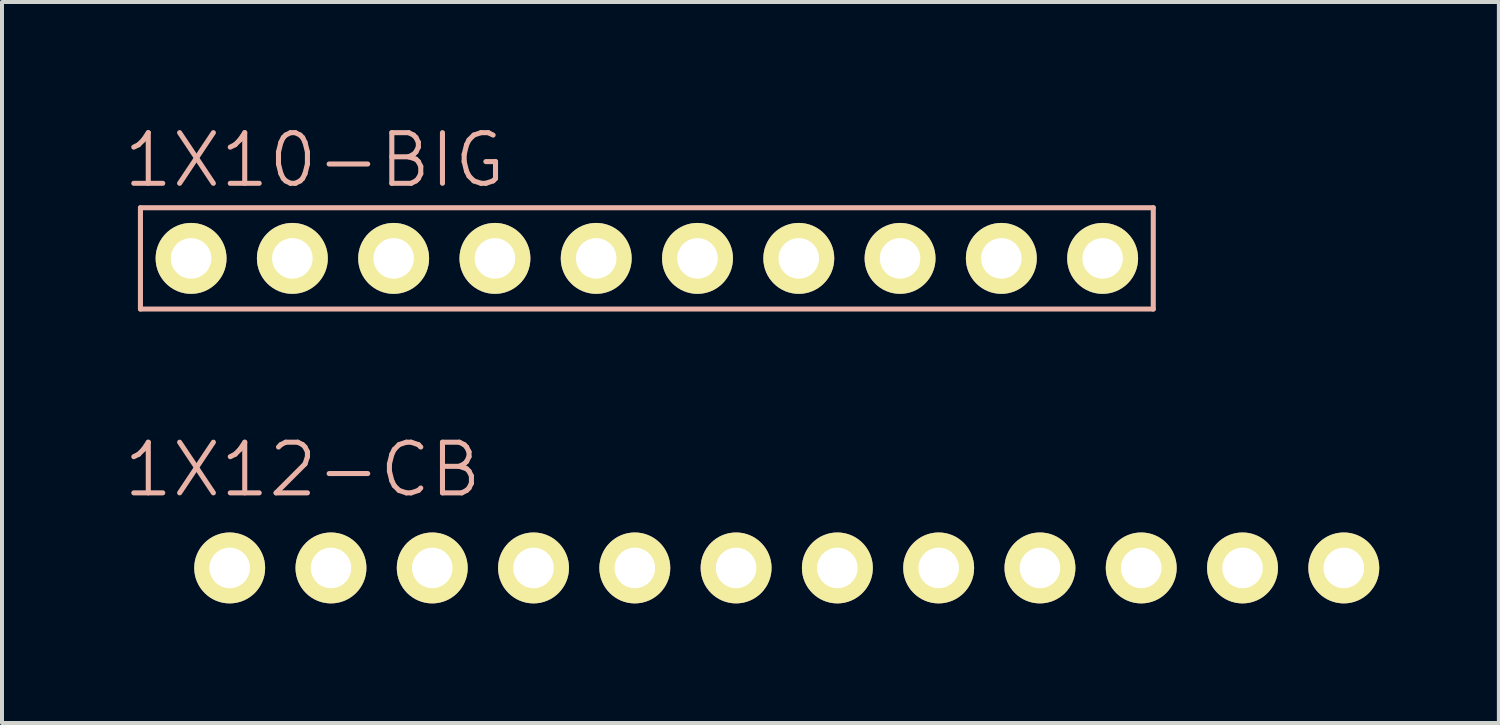
<source format=kicad_pcb>
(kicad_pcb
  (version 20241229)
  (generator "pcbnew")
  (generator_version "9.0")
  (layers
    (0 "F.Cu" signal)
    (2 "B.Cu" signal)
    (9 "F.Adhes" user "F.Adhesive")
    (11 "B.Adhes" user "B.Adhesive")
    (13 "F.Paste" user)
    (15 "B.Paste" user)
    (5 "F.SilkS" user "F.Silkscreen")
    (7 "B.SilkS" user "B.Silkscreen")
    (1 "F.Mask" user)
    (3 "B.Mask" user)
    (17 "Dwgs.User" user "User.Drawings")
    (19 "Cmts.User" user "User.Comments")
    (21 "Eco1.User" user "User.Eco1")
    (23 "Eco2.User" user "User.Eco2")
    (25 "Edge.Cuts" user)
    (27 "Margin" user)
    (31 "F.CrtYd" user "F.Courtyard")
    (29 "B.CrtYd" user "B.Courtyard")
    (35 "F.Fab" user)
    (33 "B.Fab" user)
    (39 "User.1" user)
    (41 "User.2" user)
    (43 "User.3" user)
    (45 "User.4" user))
  (footprint "1X12-CB"
    (layer "F.Cu")
    (at 16.68 11.193)
    (property "Reference" "1X12-CB" (at -12.141 -2.464 0) (layer "B.SilkS") (effects (font (size 1.27 1.27) (thickness 0.127))))
    (attr exclude_from_pos_files exclude_from_bom)
    (fp_line (start -14.224 -0.254) (end -13.716 -0.254) (stroke (width 0.066) (type solid)) (layer "F.SilkS"))
    (fp_line (start -14.224 0.254) (end -14.224 -0.254) (stroke (width 0.066) (type solid)) (layer "F.SilkS"))
    (fp_line (start -14.224 0.254) (end -13.716 0.254) (stroke (width 0.066) (type solid)) (layer "F.SilkS"))
    (fp_line (start -13.716 0.254) (end -13.716 -0.254) (stroke (width 0.066) (type solid)) (layer "F.SilkS"))
    (fp_line (start -11.684 -0.254) (end -11.176 -0.254) (stroke (width 0.066) (type solid)) (layer "F.SilkS"))
    (fp_line (start -11.684 0.254) (end -11.684 -0.254) (stroke (width 0.066) (type solid)) (layer "F.SilkS"))
    (fp_line (start -11.684 0.254) (end -11.176 0.254) (stroke (width 0.066) (type solid)) (layer "F.SilkS"))
    (fp_line (start -11.176 0.254) (end -11.176 -0.254) (stroke (width 0.066) (type solid)) (layer "F.SilkS"))
    (fp_line (start -9.144 -0.254) (end -8.636 -0.254) (stroke (width 0.066) (type solid)) (layer "F.SilkS"))
    (fp_line (start -9.144 0.254) (end -9.144 -0.254) (stroke (width 0.066) (type solid)) (layer "F.SilkS"))
    (fp_line (start -9.144 0.254) (end -8.636 0.254) (stroke (width 0.066) (type solid)) (layer "F.SilkS"))
    (fp_line (start -8.636 0.254) (end -8.636 -0.254) (stroke (width 0.066) (type solid)) (layer "F.SilkS"))
    (fp_line (start -6.604 -0.254) (end -6.096 -0.254) (stroke (width 0.066) (type solid)) (layer "F.SilkS"))
    (fp_line (start -6.604 0.254) (end -6.604 -0.254) (stroke (width 0.066) (type solid)) (layer "F.SilkS"))
    (fp_line (start -6.604 0.254) (end -6.096 0.254) (stroke (width 0.066) (type solid)) (layer "F.SilkS"))
    (fp_line (start -6.096 0.254) (end -6.096 -0.254) (stroke (width 0.066) (type solid)) (layer "F.SilkS"))
    (fp_line (start -4.064 -0.254) (end -3.556 -0.254) (stroke (width 0.066) (type solid)) (layer "F.SilkS"))
    (fp_line (start -4.064 0.254) (end -4.064 -0.254) (stroke (width 0.066) (type solid)) (layer "F.SilkS"))
    (fp_line (start -4.064 0.254) (end -3.556 0.254) (stroke (width 0.066) (type solid)) (layer "F.SilkS"))
    (fp_line (start -3.556 0.254) (end -3.556 -0.254) (stroke (width 0.066) (type solid)) (layer "F.SilkS"))
    (fp_line (start -1.524 -0.254) (end -1.016 -0.254) (stroke (width 0.066) (type solid)) (layer "F.SilkS"))
    (fp_line (start -1.524 0.254) (end -1.524 -0.254) (stroke (width 0.066) (type solid)) (layer "F.SilkS"))
    (fp_line (start -1.524 0.254) (end -1.016 0.254) (stroke (width 0.066) (type solid)) (layer "F.SilkS"))
    (fp_line (start -1.016 0.254) (end -1.016 -0.254) (stroke (width 0.066) (type solid)) (layer "F.SilkS"))
    (fp_line (start 1.016 -0.254) (end 1.524 -0.254) (stroke (width 0.066) (type solid)) (layer "F.SilkS"))
    (fp_line (start 1.016 0.254) (end 1.016 -0.254) (stroke (width 0.066) (type solid)) (layer "F.SilkS"))
    (fp_line (start 1.016 0.254) (end 1.524 0.254) (stroke (width 0.066) (type solid)) (layer "F.SilkS"))
    (fp_line (start 1.524 0.254) (end 1.524 -0.254) (stroke (width 0.066) (type solid)) (layer "F.SilkS"))
    (fp_line (start 3.556 -0.254) (end 4.064 -0.254) (stroke (width 0.066) (type solid)) (layer "F.SilkS"))
    (fp_line (start 3.556 0.254) (end 3.556 -0.254) (stroke (width 0.066) (type solid)) (layer "F.SilkS"))
    (fp_line (start 3.556 0.254) (end 4.064 0.254) (stroke (width 0.066) (type solid)) (layer "F.SilkS"))
    (fp_line (start 4.064 0.254) (end 4.064 -0.254) (stroke (width 0.066) (type solid)) (layer "F.SilkS"))
    (fp_line (start 6.096 -0.254) (end 6.604 -0.254) (stroke (width 0.066) (type solid)) (layer "F.SilkS"))
    (fp_line (start 6.096 0.254) (end 6.096 -0.254) (stroke (width 0.066) (type solid)) (layer "F.SilkS"))
    (fp_line (start 6.096 0.254) (end 6.604 0.254) (stroke (width 0.066) (type solid)) (layer "F.SilkS"))
    (fp_line (start 6.604 0.254) (end 6.604 -0.254) (stroke (width 0.066) (type solid)) (layer "F.SilkS"))
    (fp_line (start 8.636 -0.254) (end 9.144 -0.254) (stroke (width 0.066) (type solid)) (layer "F.SilkS"))
    (fp_line (start 8.636 0.254) (end 8.636 -0.254) (stroke (width 0.066) (type solid)) (layer "F.SilkS"))
    (fp_line (start 8.636 0.254) (end 9.144 0.254) (stroke (width 0.066) (type solid)) (layer "F.SilkS"))
    (fp_line (start 9.144 0.254) (end 9.144 -0.254) (stroke (width 0.066) (type solid)) (layer "F.SilkS"))
    (fp_line (start 11.176 -0.254) (end 11.684 -0.254) (stroke (width 0.066) (type solid)) (layer "F.SilkS"))
    (fp_line (start 11.176 0.254) (end 11.176 -0.254) (stroke (width 0.066) (type solid)) (layer "F.SilkS"))
    (fp_line (start 11.176 0.254) (end 11.684 0.254) (stroke (width 0.066) (type solid)) (layer "F.SilkS"))
    (fp_line (start 11.684 0.254) (end 11.684 -0.254) (stroke (width 0.066) (type solid)) (layer "F.SilkS"))
    (fp_line (start 13.716 -0.254) (end 14.224 -0.254) (stroke (width 0.066) (type solid)) (layer "F.SilkS"))
    (fp_line (start 13.716 0.254) (end 13.716 -0.254) (stroke (width 0.066) (type solid)) (layer "F.SilkS"))
    (fp_line (start 13.716 0.254) (end 14.224 0.254) (stroke (width 0.066) (type solid)) (layer "F.SilkS"))
    (fp_line (start 14.224 0.254) (end 14.224 -0.254) (stroke (width 0.066) (type solid)) (layer "F.SilkS"))
    (pad "1" thru_hole circle (at -13.97 0) (size 1.778 1.778) (drill 1.016) (layers "*.Cu" "F.Mask" "F.SilkS" "F.Paste"))
    (pad "2" thru_hole circle (at -11.43 0) (size 1.778 1.778) (drill 1.016) (layers "*.Cu" "F.Mask" "F.SilkS" "F.Paste"))
    (pad "3" thru_hole circle (at -8.89 0) (size 1.778 1.778) (drill 1.016) (layers "*.Cu" "F.Mask" "F.SilkS" "F.Paste"))
    (pad "4" thru_hole circle (at -6.35 0) (size 1.778 1.778) (drill 1.016) (layers "*.Cu" "F.Mask" "F.SilkS" "F.Paste"))
    (pad "5" thru_hole circle (at -3.81 0) (size 1.778 1.778) (drill 1.016) (layers "*.Cu" "F.Mask" "F.SilkS" "F.Paste"))
    (pad "6" thru_hole circle (at -1.27 0) (size 1.778 1.778) (drill 1.016) (layers "*.Cu" "F.Mask" "F.SilkS" "F.Paste"))
    (pad "7" thru_hole circle (at 1.27 0) (size 1.778 1.778) (drill 1.016) (layers "*.Cu" "F.Mask" "F.SilkS" "F.Paste"))
    (pad "8" thru_hole circle (at 3.81 0) (size 1.778 1.778) (drill 1.016) (layers "*.Cu" "F.Mask" "F.SilkS" "F.Paste"))
    (pad "9" thru_hole circle (at 6.35 0) (size 1.778 1.778) (drill 1.016) (layers "*.Cu" "F.Mask" "F.SilkS" "F.Paste"))
    (pad "10" thru_hole circle (at 8.89 0) (size 1.778 1.778) (drill 1.016) (layers "*.Cu" "F.Mask" "F.SilkS" "F.Paste"))
    (pad "11" thru_hole circle (at 11.43 0) (size 1.778 1.778) (drill 1.016) (layers "*.Cu" "F.Mask" "F.SilkS" "F.Paste"))
    (pad "12" thru_hole circle (at 13.97 0) (size 1.778 1.778) (drill 1.016) (layers "*.Cu" "F.Mask" "F.SilkS" "F.Paste")))
  (footprint "1X10-BIG"
    (layer "F.Cu")
    (at 13.172 3.43)
    (property "Reference" "1X10-BIG" (at -8.331 -2.464 0) (layer "B.SilkS") (effects (font (size 1.27 1.27) (thickness 0.127))))
    (attr exclude_from_pos_files exclude_from_bom)
    (fp_line (start -11.684 -0.254) (end -11.176 -0.254) (stroke (width 0.066) (type solid)) (layer "F.SilkS"))
    (fp_line (start -11.684 0.254) (end -11.684 -0.254) (stroke (width 0.066) (type solid)) (layer "F.SilkS"))
    (fp_line (start -11.684 0.254) (end -11.176 0.254) (stroke (width 0.066) (type solid)) (layer "F.SilkS"))
    (fp_line (start -11.176 0.254) (end -11.176 -0.254) (stroke (width 0.066) (type solid)) (layer "F.SilkS"))
    (fp_line (start -9.144 -0.254) (end -8.636 -0.254) (stroke (width 0.066) (type solid)) (layer "F.SilkS"))
    (fp_line (start -9.144 0.254) (end -9.144 -0.254) (stroke (width 0.066) (type solid)) (layer "F.SilkS"))
    (fp_line (start -9.144 0.254) (end -8.636 0.254) (stroke (width 0.066) (type solid)) (layer "F.SilkS"))
    (fp_line (start -8.636 0.254) (end -8.636 -0.254) (stroke (width 0.066) (type solid)) (layer "F.SilkS"))
    (fp_line (start -6.604 -0.254) (end -6.096 -0.254) (stroke (width 0.066) (type solid)) (layer "F.SilkS"))
    (fp_line (start -6.604 0.254) (end -6.604 -0.254) (stroke (width 0.066) (type solid)) (layer "F.SilkS"))
    (fp_line (start -6.604 0.254) (end -6.096 0.254) (stroke (width 0.066) (type solid)) (layer "F.SilkS"))
    (fp_line (start -6.096 0.254) (end -6.096 -0.254) (stroke (width 0.066) (type solid)) (layer "F.SilkS"))
    (fp_line (start -4.064 -0.254) (end -3.556 -0.254) (stroke (width 0.066) (type solid)) (layer "F.SilkS"))
    (fp_line (start -4.064 0.254) (end -4.064 -0.254) (stroke (width 0.066) (type solid)) (layer "F.SilkS"))
    (fp_line (start -4.064 0.254) (end -3.556 0.254) (stroke (width 0.066) (type solid)) (layer "F.SilkS"))
    (fp_line (start -3.556 0.254) (end -3.556 -0.254) (stroke (width 0.066) (type solid)) (layer "F.SilkS"))
    (fp_line (start -1.524 -0.254) (end -1.016 -0.254) (stroke (width 0.066) (type solid)) (layer "F.SilkS"))
    (fp_line (start -1.524 0.254) (end -1.524 -0.254) (stroke (width 0.066) (type solid)) (layer "F.SilkS"))
    (fp_line (start -1.524 0.254) (end -1.016 0.254) (stroke (width 0.066) (type solid)) (layer "F.SilkS"))
    (fp_line (start -1.016 0.254) (end -1.016 -0.254) (stroke (width 0.066) (type solid)) (layer "F.SilkS"))
    (fp_line (start 1.016 -0.254) (end 1.524 -0.254) (stroke (width 0.066) (type solid)) (layer "F.SilkS"))
    (fp_line (start 1.016 0.254) (end 1.016 -0.254) (stroke (width 0.066) (type solid)) (layer "F.SilkS"))
    (fp_line (start 1.016 0.254) (end 1.524 0.254) (stroke (width 0.066) (type solid)) (layer "F.SilkS"))
    (fp_line (start 1.524 0.254) (end 1.524 -0.254) (stroke (width 0.066) (type solid)) (layer "F.SilkS"))
    (fp_line (start 3.556 -0.254) (end 4.064 -0.254) (stroke (width 0.066) (type solid)) (layer "F.SilkS"))
    (fp_line (start 3.556 0.254) (end 3.556 -0.254) (stroke (width 0.066) (type solid)) (layer "F.SilkS"))
    (fp_line (start 3.556 0.254) (end 4.064 0.254) (stroke (width 0.066) (type solid)) (layer "F.SilkS"))
    (fp_line (start 4.064 0.254) (end 4.064 -0.254) (stroke (width 0.066) (type solid)) (layer "F.SilkS"))
    (fp_line (start 6.096 -0.254) (end 6.604 -0.254) (stroke (width 0.066) (type solid)) (layer "F.SilkS"))
    (fp_line (start 6.096 0.254) (end 6.096 -0.254) (stroke (width 0.066) (type solid)) (layer "F.SilkS"))
    (fp_line (start 6.096 0.254) (end 6.604 0.254) (stroke (width 0.066) (type solid)) (layer "F.SilkS"))
    (fp_line (start 6.604 0.254) (end 6.604 -0.254) (stroke (width 0.066) (type solid)) (layer "F.SilkS"))
    (fp_line (start 8.636 -0.254) (end 9.144 -0.254) (stroke (width 0.066) (type solid)) (layer "F.SilkS"))
    (fp_line (start 8.636 0.254) (end 8.636 -0.254) (stroke (width 0.066) (type solid)) (layer "F.SilkS"))
    (fp_line (start 8.636 0.254) (end 9.144 0.254) (stroke (width 0.066) (type solid)) (layer "F.SilkS"))
    (fp_line (start 9.144 0.254) (end 9.144 -0.254) (stroke (width 0.066) (type solid)) (layer "F.SilkS"))
    (fp_line (start 11.176 -0.254) (end 11.684 -0.254) (stroke (width 0.066) (type solid)) (layer "F.SilkS"))
    (fp_line (start 11.176 0.254) (end 11.176 -0.254) (stroke (width 0.066) (type solid)) (layer "F.SilkS"))
    (fp_line (start 11.176 0.254) (end 11.684 0.254) (stroke (width 0.066) (type solid)) (layer "F.SilkS"))
    (fp_line (start 11.684 0.254) (end 11.684 -0.254) (stroke (width 0.066) (type solid)) (layer "F.SilkS"))
    (fp_line (start -12.7 -1.27) (end 12.7 -1.27) (stroke (width 0.127) (type solid)) (layer "B.SilkS"))
    (fp_line (start -12.7 1.27) (end -12.7 -1.27) (stroke (width 0.127) (type solid)) (layer "B.SilkS"))
    (fp_line (start 12.7 -1.27) (end 12.7 1.27) (stroke (width 0.127) (type solid)) (layer "B.SilkS"))
    (fp_line (start 12.7 1.27) (end -12.7 1.27) (stroke (width 0.127) (type solid)) (layer "B.SilkS"))
    (pad "1" thru_hole circle (at -11.43 0) (size 1.778 1.778) (drill 1.016) (layers "*.Cu" "F.Mask" "F.SilkS" "F.Paste"))
    (pad "2" thru_hole circle (at -8.89 0) (size 1.778 1.778) (drill 1.016) (layers "*.Cu" "F.Mask" "F.SilkS" "F.Paste"))
    (pad "3" thru_hole circle (at -6.35 0) (size 1.778 1.778) (drill 1.016) (layers "*.Cu" "F.Mask" "F.SilkS" "F.Paste"))
    (pad "4" thru_hole circle (at -3.81 0) (size 1.778 1.778) (drill 1.016) (layers "*.Cu" "F.Mask" "F.SilkS" "F.Paste"))
    (pad "5" thru_hole circle (at -1.27 0) (size 1.778 1.778) (drill 1.016) (layers "*.Cu" "F.Mask" "F.SilkS" "F.Paste"))
    (pad "6" thru_hole circle (at 1.27 0) (size 1.778 1.778) (drill 1.016) (layers "*.Cu" "F.Mask" "F.SilkS" "F.Paste"))
    (pad "7" thru_hole circle (at 3.81 0) (size 1.778 1.778) (drill 1.016) (layers "*.Cu" "F.Mask" "F.SilkS" "F.Paste"))
    (pad "8" thru_hole circle (at 6.35 0) (size 1.778 1.778) (drill 1.016) (layers "*.Cu" "F.Mask" "F.SilkS" "F.Paste"))
    (pad "9" thru_hole circle (at 8.89 0) (size 1.778 1.778) (drill 1.016) (layers "*.Cu" "F.Mask" "F.SilkS" "F.Paste"))
    (pad "10" thru_hole circle (at 11.43 0) (size 1.778 1.778) (drill 1.016) (layers "*.Cu" "F.Mask" "F.SilkS" "F.Paste")))
  (gr_rect
    (start -3 -3)
    (end 34.539 15.082)
    (stroke (width 0.1) (type default))
    (fill no)
    (layer "Edge.Cuts")))
</source>
